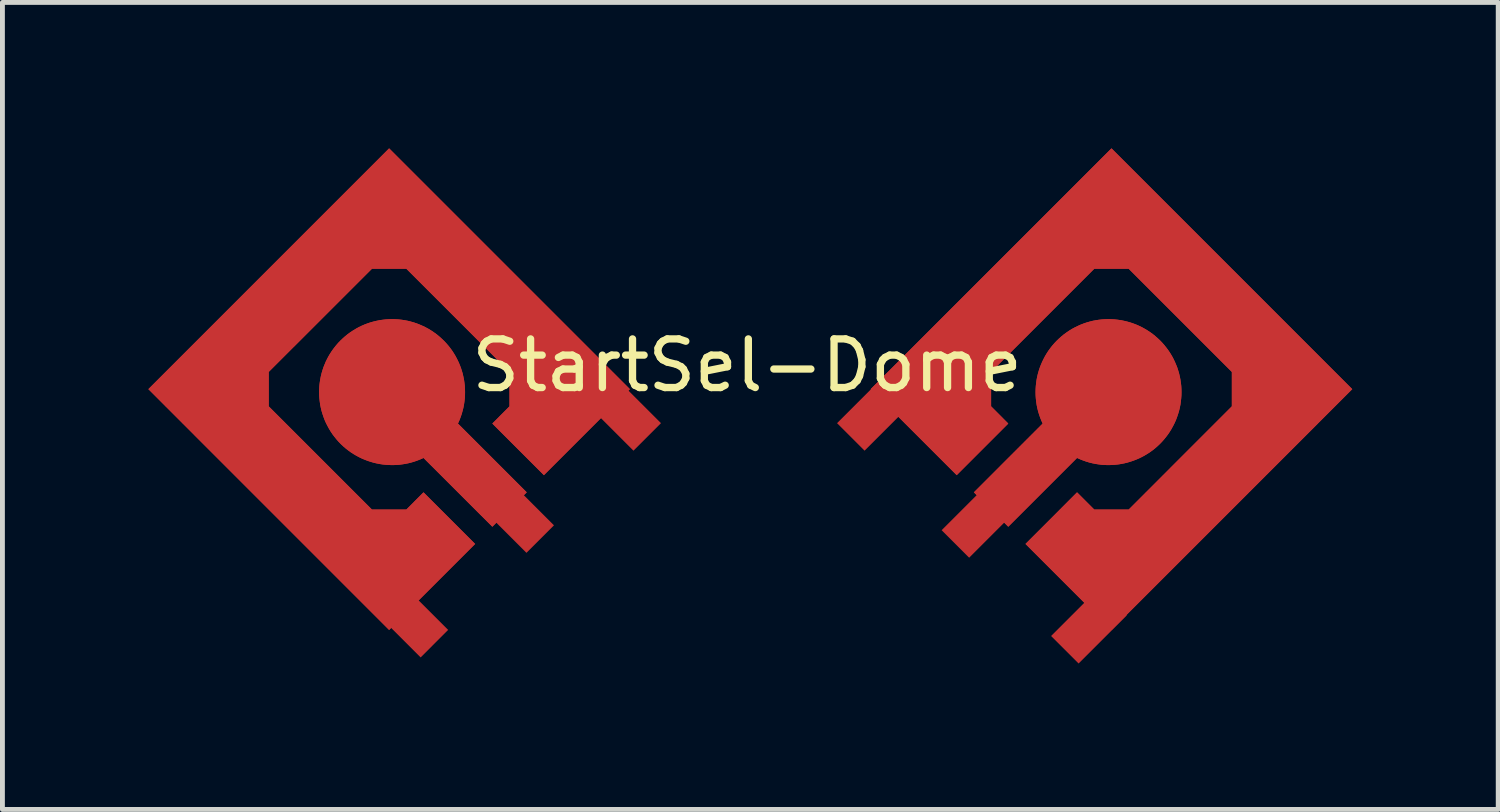
<source format=kicad_pcb>
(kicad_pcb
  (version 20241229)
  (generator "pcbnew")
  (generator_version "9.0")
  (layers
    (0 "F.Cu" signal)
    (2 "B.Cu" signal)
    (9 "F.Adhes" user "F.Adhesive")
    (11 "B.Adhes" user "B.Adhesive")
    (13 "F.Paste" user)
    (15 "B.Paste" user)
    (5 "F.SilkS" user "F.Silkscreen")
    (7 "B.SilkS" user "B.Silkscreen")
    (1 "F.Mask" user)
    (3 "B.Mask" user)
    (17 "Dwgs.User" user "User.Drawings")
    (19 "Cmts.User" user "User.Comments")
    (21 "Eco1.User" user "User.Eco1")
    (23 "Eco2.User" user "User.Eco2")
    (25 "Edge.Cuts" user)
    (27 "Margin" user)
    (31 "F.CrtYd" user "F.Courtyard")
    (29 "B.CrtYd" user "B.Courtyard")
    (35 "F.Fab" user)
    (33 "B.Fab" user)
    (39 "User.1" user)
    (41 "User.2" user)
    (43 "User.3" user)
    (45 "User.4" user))
  (footprint "StartSel-Dome"
    (layer "F.Cu")
    (at 12.31 4.962)
    (property "Reference" "StartSel-Dome" (at 0 -0.5 0) (unlocked yes) (layer "F.SilkS") (effects (font (size 1 1) (thickness 0.15))))
    (attr smd)
    (fp_poly (pts (xy -8.8 0.05) (xy -8.799 -0.014) (xy -8.795 -0.079)) (stroke (width -0.000001) (type solid)) (fill yes) (layer "F.Cu"))
    (fp_poly (pts (xy -8.795 -0.079) (xy -8.788 -0.143) (xy -8.778 -0.207)) (stroke (width -0.000001) (type solid)) (fill yes) (layer "F.Cu"))
    (fp_poly (pts (xy -8.778 -0.207) (xy -8.766 -0.27) (xy -8.751 -0.333)) (stroke (width -0.000001) (type solid)) (fill yes) (layer "F.Cu"))
    (fp_poly (pts (xy -8.751 -0.333) (xy -8.733 -0.395) (xy -8.713 -0.457)) (stroke (width -0.000001) (type solid)) (fill yes) (layer "F.Cu"))
    (fp_poly (pts (xy -7.921 1.414) (xy -7.921 1.414) (xy -7.921 1.414)) (stroke (width -0.000001) (type solid)) (fill yes) (layer "F.Cu"))
    (fp_poly (pts (xy -7.805 -1.364) (xy -7.744 -1.385) (xy -7.681 -1.402)) (stroke (width -0.000001) (type solid)) (fill yes) (layer "F.Cu"))
    (fp_poly (pts (xy -7.801 1.462) (xy -7.862 1.439) (xy -7.921 1.414)) (stroke (width -0.000001) (type solid)) (fill yes) (layer "F.Cu"))
    (fp_poly (pts (xy -7.681 -1.402) (xy -7.618 -1.417) (xy -7.555 -1.43)) (stroke (width -0.000001) (type solid)) (fill yes) (layer "F.Cu"))
    (fp_poly (pts (xy -7.678 1.5) (xy -7.74 1.482) (xy -7.801 1.462)) (stroke (width -0.000001) (type solid)) (fill yes) (layer "F.Cu"))
    (fp_poly (pts (xy -7.555 -1.43) (xy -7.491 -1.439) (xy -7.427 -1.446)) (stroke (width -0.000001) (type solid)) (fill yes) (layer "F.Cu"))
    (fp_poly (pts (xy -7.552 1.527) (xy -7.615 1.515) (xy -7.678 1.5)) (stroke (width -0.000001) (type solid)) (fill yes) (layer "F.Cu"))
    (fp_poly (pts (xy -7.427 -1.446) (xy -7.363 -1.45) (xy -7.298 -1.452)) (stroke (width -0.000001) (type solid)) (fill yes) (layer "F.Cu"))
    (fp_poly (pts (xy -7.424 1.543) (xy -7.488 1.537) (xy -7.552 1.527)) (stroke (width -0.000001) (type solid)) (fill yes) (layer "F.Cu"))
    (fp_poly (pts (xy -7.424 1.543) (xy -7.424 1.543) (xy -7.424 1.543)) (stroke (width -0.000001) (type solid)) (fill yes) (layer "F.Cu"))
    (fp_poly (pts (xy -5.935 -0.573) (xy -5.935 -0.573) (xy -5.935 -0.573)) (stroke (width -0.000001) (type solid)) (fill yes) (layer "F.Cu"))
    (fp_poly (pts (xy -5.909 -0.513) (xy -5.886 -0.453) (xy -5.935 -0.573)) (stroke (width -0.000001) (type solid)) (fill yes) (layer "F.Cu"))
    (fp_poly (pts (xy -5.866 -0.392) (xy -5.848 -0.33) (xy -5.886 -0.453)) (stroke (width -0.000001) (type solid)) (fill yes) (layer "F.Cu"))
    (fp_poly (pts (xy -5.834 -0.267) (xy -5.821 -0.204) (xy -5.848 -0.33)) (stroke (width -0.000001) (type solid)) (fill yes) (layer "F.Cu"))
    (fp_poly (pts (xy -5.812 -0.14) (xy -5.805 -0.076) (xy -5.821 -0.204)) (stroke (width -0.000001) (type solid)) (fill yes) (layer "F.Cu"))
    (fp_poly (pts (xy -5.805 -0.076) (xy -5.805 -0.076) (xy -5.805 -0.076)) (stroke (width -0.000001) (type solid)) (fill yes) (layer "F.Cu"))
    (fp_poly (pts (xy -5.801 -0.011) (xy -5.8 0.054) (xy -5.805 -0.076)) (stroke (width -0.000001) (type solid)) (fill yes) (layer "F.Cu"))
    (fp_poly (pts (xy 7.426 -1.452) (xy 7.426 -1.452) (xy 7.426 -1.452)) (stroke (width -0.000001) (type solid)) (fill yes) (layer "F.Cu"))
    (fp_poly (pts (xy 7.491 -1.45) (xy 7.555 -1.446) (xy 7.426 -1.452)) (stroke (width -0.000001) (type solid)) (fill yes) (layer "F.Cu"))
    (fp_poly (pts (xy 7.619 -1.439) (xy 7.683 -1.43) (xy 7.555 -1.446)) (stroke (width -0.000001) (type solid)) (fill yes) (layer "F.Cu"))
    (fp_poly (pts (xy 7.746 -1.417) (xy 7.809 -1.402) (xy 7.683 -1.43)) (stroke (width -0.000001) (type solid)) (fill yes) (layer "F.Cu"))
    (fp_poly (pts (xy 7.871 -1.385) (xy 7.933 -1.364) (xy 7.809 -1.402)) (stroke (width -0.000001) (type solid)) (fill yes) (layer "F.Cu"))
    (fp_poly (pts (xy 8.861 -0.395) (xy 8.879 -0.333) (xy 8.841 -0.457)) (stroke (width -0.000001) (type solid)) (fill yes) (layer "F.Cu"))
    (fp_poly (pts (xy 8.894 -0.27) (xy 8.906 -0.207) (xy 8.879 -0.333)) (stroke (width -0.000001) (type solid)) (fill yes) (layer "F.Cu"))
    (fp_poly (pts (xy 8.916 -0.143) (xy 8.923 -0.079) (xy 8.906 -0.207)) (stroke (width -0.000001) (type solid)) (fill yes) (layer "F.Cu"))
    (fp_poly (pts (xy 8.927 -0.014) (xy 8.928 0.05) (xy 8.923 -0.079)) (stroke (width -0.000001) (type solid)) (fill yes) (layer "F.Cu"))
    (fp_poly (pts (xy -8.795 -0.079) (xy -8.795 -0.079) (xy -8.795 -0.079) (xy -8.795 -0.079)) (stroke (width -0.000001) (type solid)) (fill yes) (layer "F.Cu"))
    (fp_poly (pts (xy -8.778 -0.207) (xy -8.778 -0.207) (xy -8.778 -0.207) (xy -8.778 -0.207)) (stroke (width -0.000001) (type solid)) (fill yes) (layer "F.Cu"))
    (fp_poly (pts (xy -8.751 -0.333) (xy -8.751 -0.333) (xy -8.751 -0.333) (xy -8.751 -0.333)) (stroke (width -0.000001) (type solid)) (fill yes) (layer "F.Cu"))
    (fp_poly (pts (xy -7.801 1.462) (xy -7.801 1.462) (xy -7.801 1.462) (xy -7.801 1.462)) (stroke (width -0.000001) (type solid)) (fill yes) (layer "F.Cu"))
    (fp_poly (pts (xy -7.681 -1.402) (xy -7.681 -1.402) (xy -7.681 -1.402) (xy -7.681 -1.402)) (stroke (width -0.000001) (type solid)) (fill yes) (layer "F.Cu"))
    (fp_poly (pts (xy -7.678 1.5) (xy -7.678 1.5) (xy -7.678 1.5) (xy -7.678 1.5)) (stroke (width -0.000001) (type solid)) (fill yes) (layer "F.Cu"))
    (fp_poly (pts (xy -7.555 -1.43) (xy -7.555 -1.43) (xy -7.555 -1.43) (xy -7.555 -1.43)) (stroke (width -0.000001) (type solid)) (fill yes) (layer "F.Cu"))
    (fp_poly (pts (xy -7.552 1.527) (xy -7.552 1.527) (xy -7.552 1.527) (xy -7.552 1.527)) (stroke (width -0.000001) (type solid)) (fill yes) (layer "F.Cu"))
    (fp_poly (pts (xy -7.427 -1.446) (xy -7.427 -1.446) (xy -7.427 -1.446) (xy -7.427 -1.446)) (stroke (width -0.000001) (type solid)) (fill yes) (layer "F.Cu"))
    (fp_poly (pts (xy -5.886 -0.453) (xy -5.886 -0.453) (xy -5.886 -0.453) (xy -5.886 -0.453)) (stroke (width -0.000001) (type solid)) (fill yes) (layer "F.Cu"))
    (fp_poly (pts (xy -5.848 -0.33) (xy -5.848 -0.33) (xy -5.848 -0.33) (xy -5.848 -0.33)) (stroke (width -0.000001) (type solid)) (fill yes) (layer "F.Cu"))
    (fp_poly (pts (xy -5.821 -0.204) (xy -5.821 -0.204) (xy -5.821 -0.204) (xy -5.821 -0.204)) (stroke (width -0.000001) (type solid)) (fill yes) (layer "F.Cu"))
    (fp_poly (pts (xy 7.555 -1.446) (xy 7.555 -1.446) (xy 7.555 -1.446) (xy 7.555 -1.446)) (stroke (width -0.000001) (type solid)) (fill yes) (layer "F.Cu"))
    (fp_poly (pts (xy 7.683 -1.43) (xy 7.683 -1.43) (xy 7.683 -1.43) (xy 7.683 -1.43)) (stroke (width -0.000001) (type solid)) (fill yes) (layer "F.Cu"))
    (fp_poly (pts (xy 7.809 -1.402) (xy 7.809 -1.402) (xy 7.809 -1.402) (xy 7.809 -1.402)) (stroke (width -0.000001) (type solid)) (fill yes) (layer "F.Cu"))
    (fp_poly (pts (xy 8.879 -0.333) (xy 8.879 -0.333) (xy 8.879 -0.333) (xy 8.879 -0.333)) (stroke (width -0.000001) (type solid)) (fill yes) (layer "F.Cu"))
    (fp_poly (pts (xy 8.906 -0.207) (xy 8.906 -0.207) (xy 8.906 -0.207) (xy 8.906 -0.207)) (stroke (width -0.000001) (type solid)) (fill yes) (layer "F.Cu"))
    (fp_poly (pts (xy 8.923 -0.079) (xy 8.923 -0.079) (xy 8.923 -0.079) (xy 8.923 -0.079)) (stroke (width -0.000001) (type solid)) (fill yes) (layer "F.Cu"))
    (fp_poly (pts (xy -2.411 -0.012) (xy -4.179 1.756) (xy -5.239 0.695) (xy -4.886 0.341) (xy -4.886 -0.366) (xy -7.007 -2.487) (xy -7.714 -2.487) (xy -9.836 -0.366) (xy -9.836 0.341) (xy -7.714 2.463) (xy -7.007 2.463) (xy -6.654 2.109) (xy -5.593 3.17) (xy -7.361 4.938) (xy -12.31 -0.012) (xy -7.361 -4.962)) (stroke (width -0.000001) (type solid)) (fill yes) (layer "F.Cu"))
    (fp_poly (pts (xy -2.411 -0.012) (xy -4.179 1.756) (xy -5.239 0.695) (xy -4.886 0.341) (xy -4.886 -0.366) (xy -7.007 -2.487) (xy -7.714 -2.487) (xy -9.836 -0.366) (xy -9.836 0.341) (xy -7.714 2.463) (xy -7.007 2.463) (xy -6.654 2.109) (xy -5.593 3.17) (xy -7.361 4.938) (xy -12.31 -0.012) (xy -7.361 -4.962)) (stroke (width -0.000001) (type solid)) (fill yes) (layer "F.Cu"))
    (fp_poly (pts (xy 12.438 -0.012) (xy 7.489 4.938) (xy 5.721 3.17) (xy 6.781 2.109) (xy 7.135 2.463) (xy 7.842 2.463) (xy 9.963 0.341) (xy 9.963 -0.366) (xy 7.842 -2.487) (xy 7.135 -2.487) (xy 5.014 -0.366) (xy 5.014 0.341) (xy 5.367 0.695) (xy 4.307 1.756) (xy 2.539 -0.012) (xy 7.489 -4.962)) (stroke (width -0.000001) (type solid)) (fill yes) (layer "F.Cu"))
    (fp_poly (pts (xy 12.438 -0.012) (xy 7.489 4.938) (xy 5.721 3.17) (xy 6.781 2.109) (xy 7.135 2.463) (xy 7.842 2.463) (xy 9.963 0.341) (xy 9.963 -0.366) (xy 7.842 -2.487) (xy 7.135 -2.487) (xy 5.014 -0.366) (xy 5.014 0.341) (xy 5.367 0.695) (xy 4.307 1.756) (xy 2.539 -0.012) (xy 7.489 -4.962)) (stroke (width -0.000001) (type solid)) (fill yes) (layer "F.Cu"))
    (fp_poly (pts (xy -8.452 -0.912) (xy -8.494 -0.859) (xy -8.533 -0.806) (xy -8.57 -0.75) (xy -8.604 -0.694) (xy -8.635 -0.636) (xy -8.664 -0.577) (xy -8.689 -0.517) (xy -8.713 -0.457) (xy -8.713 -0.457) (xy -8.713 -0.457) (xy -8.689 -0.517) (xy -8.664 -0.577) (xy -8.635 -0.636) (xy -8.604 -0.694) (xy -8.57 -0.75) (xy -8.533 -0.806) (xy -8.494 -0.859) (xy -8.452 -0.912) (xy -8.416 -0.953)) (stroke (width -0.000001) (type solid)) (fill yes) (layer "F.Cu"))
    (fp_poly (pts (xy -7.805 -1.364) (xy -7.866 -1.341) (xy -7.926 -1.315) (xy -7.984 -1.287) (xy -8.042 -1.255) (xy -8.099 -1.221) (xy -8.154 -1.185) (xy -8.208 -1.146) (xy -8.26 -1.104) (xy -8.311 -1.059) (xy -8.26 -1.104) (xy -8.208 -1.146) (xy -8.154 -1.185) (xy -8.099 -1.221) (xy -8.042 -1.255) (xy -7.984 -1.287) (xy -7.926 -1.315) (xy -7.866 -1.341) (xy -7.805 -1.364) (xy -7.805 -1.364)) (stroke (width -0.000001) (type solid)) (fill yes) (layer "F.Cu"))
    (fp_poly (pts (xy -5.8 0.054) (xy -5.801 0.119) (xy -5.806 0.184) (xy -5.813 0.249) (xy -5.823 0.314) (xy -5.836 0.378) (xy -5.853 0.443) (xy -5.871 0.506) (xy -5.893 0.57) (xy -5.918 0.633) (xy -5.946 0.695) (xy -5.946 0.695) (xy -5.918 0.633) (xy -5.893 0.57) (xy -5.871 0.506) (xy -5.853 0.443) (xy -5.836 0.378) (xy -5.823 0.314) (xy -5.806 0.184) (xy -5.8 0.054)) (stroke (width -0.000001) (type solid)) (fill yes) (layer "F.Cu"))
    (fp_poly (pts (xy -6.716 1.43) (xy -6.779 1.455) (xy -6.842 1.477) (xy -6.906 1.496) (xy -6.97 1.512) (xy -7.035 1.525) (xy -7.1 1.535) (xy -7.165 1.543) (xy -7.23 1.547) (xy -7.295 1.549) (xy -7.359 1.547) (xy -7.424 1.543) (xy -7.295 1.549) (xy -7.165 1.543) (xy -7.035 1.525) (xy -6.97 1.512) (xy -6.906 1.496) (xy -6.842 1.477) (xy -6.779 1.455) (xy -6.716 1.43) (xy -6.654 1.402) (xy -6.654 1.402)) (stroke (width -0.000001) (type solid)) (fill yes) (layer "F.Cu"))
    (fp_poly (pts (xy 7.933 -1.364) (xy 7.994 -1.341) (xy 8.054 -1.315) (xy 8.112 -1.287) (xy 8.17 -1.255) (xy 8.227 -1.221) (xy 8.282 -1.185) (xy 8.336 -1.146) (xy 8.388 -1.104) (xy 8.439 -1.059) (xy 8.489 -1.012) (xy 8.439 -1.059) (xy 8.388 -1.104) (xy 8.336 -1.146) (xy 8.282 -1.185) (xy 8.227 -1.221) (xy 8.17 -1.255) (xy 8.112 -1.287) (xy 8.054 -1.315) (xy 7.994 -1.341) (xy 7.933 -1.364) (xy 7.933 -1.364)) (stroke (width -0.000001) (type solid)) (fill yes) (layer "F.Cu"))
    (fp_poly (pts (xy 8.536 -0.963) (xy 8.58 -0.912) (xy 8.622 -0.859) (xy 8.661 -0.806) (xy 8.698 -0.75) (xy 8.732 -0.694) (xy 8.763 -0.636) (xy 8.791 -0.577) (xy 8.817 -0.517) (xy 8.841 -0.457) (xy 8.841 -0.457) (xy 8.841 -0.457) (xy 8.817 -0.517) (xy 8.791 -0.577) (xy 8.763 -0.636) (xy 8.732 -0.694) (xy 8.698 -0.75) (xy 8.661 -0.806) (xy 8.622 -0.859) (xy 8.58 -0.912) (xy 8.536 -0.963) (xy 8.499 -1.002)) (stroke (width -0.000001) (type solid)) (fill yes) (layer "F.Cu"))
    (fp_poly (pts (xy -8.794 0.179) (xy -8.778 0.307) (xy -8.765 0.371) (xy -8.75 0.434) (xy -8.731 0.497) (xy -8.71 0.559) (xy -8.687 0.621) (xy -8.66 0.682) (xy -8.63 0.741) (xy -8.598 0.8) (xy -8.563 0.858) (xy -8.525 0.915) (xy -8.484 0.969) (xy -8.441 1.022) (xy -8.397 1.072) (xy -8.35 1.12) (xy -8.302 1.165) (xy -8.252 1.208) (xy -8.147 1.287) (xy -8.037 1.355) (xy -7.921 1.414) (xy -7.979 1.386) (xy -8.037 1.355) (xy -8.093 1.322) (xy -8.147 1.287) (xy -8.2 1.249) (xy -8.252 1.208) (xy -8.302 1.165) (xy -8.35 1.12) (xy -8.397 1.072) (xy -8.441 1.022) (xy -8.484 0.969) (xy -8.525 0.915) (xy -8.563 0.858) (xy -8.598 0.8) (xy -8.63 0.741) (xy -8.66 0.682) (xy -8.687 0.621) (xy -8.71 0.559) (xy -8.731 0.497) (xy -8.75 0.434) (xy -8.765 0.371) (xy -8.778 0.307) (xy -8.787 0.243) (xy -8.794 0.179) (xy -8.799 0.115) (xy -8.8 0.05)) (stroke (width -0.000001) (type solid)) (fill yes) (layer "F.Cu"))
    (fp_poly (pts (xy -7.234 -1.45) (xy -7.169 -1.446) (xy -7.105 -1.439) (xy -7.041 -1.429) (xy -6.977 -1.417) (xy -6.914 -1.401) (xy -6.851 -1.383) (xy -6.789 -1.362) (xy -6.728 -1.338) (xy -6.667 -1.311) (xy -6.607 -1.282) (xy -6.548 -1.25) (xy -6.49 -1.214) (xy -6.434 -1.176) (xy -6.379 -1.136) (xy -6.327 -1.093) (xy -6.277 -1.048) (xy -6.229 -1.002) (xy -6.183 -0.953) (xy -6.14 -0.903) (xy -6.1 -0.852) (xy -6.062 -0.799) (xy -6.026 -0.744) (xy -5.993 -0.688) (xy -5.963 -0.631) (xy -5.935 -0.573) (xy -5.993 -0.688) (xy -6.062 -0.799) (xy -6.14 -0.903) (xy -6.183 -0.953) (xy -6.229 -1.002) (xy -6.277 -1.048) (xy -6.327 -1.093) (xy -6.379 -1.136) (xy -6.434 -1.176) (xy -6.49 -1.214) (xy -6.548 -1.25) (xy -6.607 -1.282) (xy -6.667 -1.311) (xy -6.728 -1.338) (xy -6.789 -1.362) (xy -6.851 -1.383) (xy -6.914 -1.401) (xy -6.977 -1.417) (xy -7.041 -1.429) (xy -7.169 -1.446) (xy -7.298 -1.452)) (stroke (width -0.000001) (type solid)) (fill yes) (layer "F.Cu"))
    (fp_poly (pts (xy 8.928 0.05) (xy 8.927 0.115) (xy 8.922 0.179) (xy 8.915 0.243) (xy 8.906 0.307) (xy 8.893 0.371) (xy 8.878 0.434) (xy 8.859 0.497) (xy 8.838 0.559) (xy 8.815 0.621) (xy 8.788 0.682) (xy 8.758 0.741) (xy 8.726 0.8) (xy 8.691 0.858) (xy 8.653 0.915) (xy 8.612 0.969) (xy 8.569 1.022) (xy 8.525 1.072) (xy 8.478 1.12) (xy 8.43 1.165) (xy 8.38 1.208) (xy 8.328 1.249) (xy 8.275 1.287) (xy 8.22 1.322) (xy 8.165 1.355) (xy 8.107 1.386) (xy 8.049 1.414) (xy 7.99 1.439) (xy 7.929 1.462) (xy 7.868 1.482) (xy 7.806 1.5) (xy 7.743 1.515) (xy 7.68 1.527) (xy 7.616 1.537) (xy 7.552 1.543) (xy 7.487 1.547) (xy 7.423 1.549) (xy 7.358 1.547) (xy 7.293 1.543) (xy 7.228 1.535) (xy 7.163 1.525) (xy 7.098 1.512) (xy 7.034 1.496) (xy 7.098 1.512) (xy 7.163 1.525) (xy 7.293 1.543) (xy 7.423 1.549) (xy 7.552 1.543) (xy 7.68 1.527) (xy 7.806 1.5) (xy 7.929 1.462) (xy 8.049 1.414) (xy 8.165 1.355) (xy 8.275 1.287) (xy 8.38 1.208) (xy 8.43 1.165) (xy 8.478 1.12) (xy 8.525 1.072) (xy 8.569 1.022) (xy 8.612 0.969) (xy 8.653 0.915) (xy 8.691 0.858) (xy 8.726 0.8) (xy 8.758 0.741) (xy 8.788 0.682) (xy 8.815 0.621) (xy 8.838 0.559) (xy 8.859 0.497) (xy 8.878 0.434) (xy 8.893 0.371) (xy 8.906 0.307) (xy 8.922 0.179) (xy 8.928 0.05)) (stroke (width -0.000001) (type solid)) (fill yes) (layer "F.Cu"))
    (fp_poly (pts (xy 7.426 -1.452) (xy 7.297 -1.446) (xy 7.169 -1.429) (xy 7.105 -1.417) (xy 7.042 -1.401) (xy 6.979 -1.383) (xy 6.917 -1.362) (xy 6.855 -1.338) (xy 6.795 -1.311) (xy 6.735 -1.282) (xy 6.676 -1.25) (xy 6.618 -1.214) (xy 6.562 -1.176) (xy 6.507 -1.136) (xy 6.455 -1.093) (xy 6.405 -1.048) (xy 6.357 -1.002) (xy 6.311 -0.953) (xy 6.268 -0.903) (xy 6.19 -0.799) (xy 6.121 -0.688) (xy 6.063 -0.573) (xy 6.014 -0.453) (xy 5.976 -0.33) (xy 5.949 -0.204) (xy 5.933 -0.076) (xy 5.928 0.054) (xy 5.934 0.184) (xy 5.951 0.314) (xy 5.964 0.378) (xy 5.98 0.443) (xy 5.999 0.506) (xy 6.021 0.57) (xy 6.046 0.633) (xy 6.074 0.695) (xy 6.074 0.695) (xy 6.046 0.633) (xy 6.021 0.57) (xy 5.999 0.506) (xy 5.98 0.443) (xy 5.964 0.378) (xy 5.951 0.314) (xy 5.941 0.249) (xy 5.934 0.184) (xy 5.929 0.119) (xy 5.928 0.054) (xy 5.929 -0.011) (xy 5.933 -0.076) (xy 5.94 -0.14) (xy 5.949 -0.204) (xy 5.961 -0.267) (xy 5.976 -0.33) (xy 5.994 -0.392) (xy 6.014 -0.453) (xy 6.037 -0.513) (xy 6.063 -0.573) (xy 6.091 -0.631) (xy 6.121 -0.688) (xy 6.154 -0.744) (xy 6.19 -0.799) (xy 6.228 -0.852) (xy 6.268 -0.903) (xy 6.311 -0.953) (xy 6.357 -1.002) (xy 6.405 -1.048) (xy 6.455 -1.093) (xy 6.507 -1.136) (xy 6.562 -1.176) (xy 6.618 -1.214) (xy 6.676 -1.25) (xy 6.735 -1.282) (xy 6.795 -1.311) (xy 6.855 -1.338) (xy 6.917 -1.362) (xy 6.979 -1.383) (xy 7.042 -1.401) (xy 7.105 -1.417) (xy 7.169 -1.429) (xy 7.233 -1.439) (xy 7.297 -1.446) (xy 7.362 -1.45) (xy 7.426 -1.452)) (stroke (width -0.000001) (type solid)) (fill yes) (layer "F.Cu"))
    (fp_poly (pts (xy -7.169 -1.446) (xy -7.041 -1.429) (xy -6.977 -1.417) (xy -6.914 -1.401) (xy -6.851 -1.383) (xy -6.789 -1.362) (xy -6.728 -1.338) (xy -6.667 -1.311) (xy -6.607 -1.282) (xy -6.548 -1.25) (xy -6.49 -1.214) (xy -6.434 -1.176) (xy -6.379 -1.136) (xy -6.327 -1.093) (xy -6.277 -1.048) (xy -6.229 -1.002) (xy -6.183 -0.953) (xy -6.14 -0.903) (xy -6.062 -0.799) (xy -5.993 -0.688) (xy -5.935 -0.573) (xy -5.886 -0.453) (xy -5.848 -0.33) (xy -5.821 -0.204) (xy -5.805 -0.076) (xy -5.8 0.054) (xy -5.806 0.184) (xy -5.823 0.314) (xy -5.836 0.378) (xy -5.853 0.443) (xy -5.871 0.506) (xy -5.893 0.57) (xy -5.918 0.633) (xy -5.946 0.695) (xy -4.532 2.109) (xy -5.239 2.816) (xy -6.654 1.402) (xy -6.716 1.43) (xy -6.779 1.455) (xy -6.842 1.477) (xy -6.906 1.496) (xy -6.97 1.512) (xy -7.035 1.525) (xy -7.1 1.535) (xy -7.165 1.543) (xy -7.23 1.547) (xy -7.295 1.549) (xy -7.359 1.547) (xy -7.424 1.543) (xy -7.488 1.537) (xy -7.552 1.527) (xy -7.615 1.515) (xy -7.678 1.5) (xy -7.74 1.482) (xy -7.801 1.462) (xy -7.862 1.439) (xy -7.921 1.414) (xy -7.979 1.386) (xy -8.037 1.355) (xy -8.093 1.322) (xy -8.147 1.287) (xy -8.2 1.249) (xy -8.252 1.208) (xy -8.302 1.165) (xy -8.35 1.12) (xy -8.397 1.072) (xy -8.441 1.022) (xy -8.484 0.969) (xy -8.525 0.915) (xy -8.563 0.858) (xy -8.598 0.8) (xy -8.63 0.741) (xy -8.66 0.682) (xy -8.687 0.621) (xy -8.71 0.559) (xy -8.731 0.497) (xy -8.75 0.434) (xy -8.765 0.371) (xy -8.778 0.307) (xy -8.787 0.243) (xy -8.794 0.179) (xy -8.799 0.115) (xy -8.8 0.05) (xy -8.799 -0.014) (xy -8.795 -0.079) (xy -8.788 -0.143) (xy -8.778 -0.207) (xy -8.766 -0.27) (xy -8.751 -0.333) (xy -8.733 -0.395) (xy -8.713 -0.457) (xy -8.689 -0.517) (xy -8.664 -0.577) (xy -8.635 -0.636) (xy -8.604 -0.694) (xy -8.57 -0.75) (xy -8.533 -0.806) (xy -8.494 -0.859) (xy -8.452 -0.912) (xy -8.408 -0.963) (xy -8.361 -1.012) (xy -8.311 -1.059) (xy -8.26 -1.104) (xy -8.208 -1.146) (xy -8.154 -1.185) (xy -8.099 -1.221) (xy -8.042 -1.255) (xy -7.984 -1.287) (xy -7.926 -1.315) (xy -7.866 -1.341) (xy -7.805 -1.364) (xy -7.681 -1.402) (xy -7.555 -1.43) (xy -7.427 -1.446) (xy -7.298 -1.452)) (stroke (width -0.000001) (type solid)) (fill yes) (layer "F.Cu"))
    (fp_poly (pts (xy 7.491 -1.45) (xy 7.555 -1.446) (xy 7.619 -1.439) (xy 7.683 -1.43) (xy 7.746 -1.417) (xy 7.809 -1.402) (xy 7.871 -1.385) (xy 7.933 -1.364) (xy 7.994 -1.341) (xy 8.054 -1.315) (xy 8.112 -1.287) (xy 8.17 -1.255) (xy 8.227 -1.221) (xy 8.282 -1.185) (xy 8.336 -1.146) (xy 8.388 -1.104) (xy 8.439 -1.059) (xy 8.489 -1.012) (xy 8.536 -0.963) (xy 8.58 -0.912) (xy 8.622 -0.859) (xy 8.661 -0.806) (xy 8.698 -0.75) (xy 8.732 -0.694) (xy 8.763 -0.636) (xy 8.791 -0.577) (xy 8.817 -0.517) (xy 8.841 -0.457) (xy 8.879 -0.333) (xy 8.906 -0.207) (xy 8.923 -0.079) (xy 8.928 0.05) (xy 8.922 0.179) (xy 8.906 0.307) (xy 8.893 0.371) (xy 8.878 0.434) (xy 8.859 0.497) (xy 8.838 0.559) (xy 8.815 0.621) (xy 8.788 0.682) (xy 8.758 0.741) (xy 8.726 0.8) (xy 8.691 0.858) (xy 8.653 0.915) (xy 8.612 0.969) (xy 8.569 1.022) (xy 8.525 1.072) (xy 8.478 1.12) (xy 8.43 1.165) (xy 8.38 1.208) (xy 8.275 1.287) (xy 8.165 1.355) (xy 8.049 1.414) (xy 7.929 1.462) (xy 7.806 1.5) (xy 7.68 1.527) (xy 7.552 1.543) (xy 7.423 1.549) (xy 7.293 1.543) (xy 7.163 1.525) (xy 7.098 1.512) (xy 7.034 1.496) (xy 6.97 1.477) (xy 6.907 1.455) (xy 6.844 1.43) (xy 6.781 1.402) (xy 5.367 2.816) (xy 4.66 2.109) (xy 6.074 0.695) (xy 6.046 0.633) (xy 6.021 0.57) (xy 5.999 0.506) (xy 5.98 0.443) (xy 5.964 0.378) (xy 5.951 0.314) (xy 5.941 0.249) (xy 5.934 0.184) (xy 5.929 0.119) (xy 5.928 0.054) (xy 5.929 -0.011) (xy 5.933 -0.076) (xy 5.94 -0.14) (xy 5.949 -0.204) (xy 5.961 -0.267) (xy 5.976 -0.33) (xy 5.994 -0.392) (xy 6.014 -0.453) (xy 6.037 -0.513) (xy 6.063 -0.573) (xy 6.091 -0.631) (xy 6.121 -0.688) (xy 6.154 -0.744) (xy 6.19 -0.799) (xy 6.228 -0.852) (xy 6.268 -0.903) (xy 6.311 -0.953) (xy 6.357 -1.002) (xy 6.405 -1.048) (xy 6.455 -1.093) (xy 6.507 -1.136) (xy 6.562 -1.176) (xy 6.618 -1.214) (xy 6.676 -1.25) (xy 6.735 -1.282) (xy 6.795 -1.311) (xy 6.855 -1.338) (xy 6.917 -1.362) (xy 6.979 -1.383) (xy 7.042 -1.401) (xy 7.105 -1.417) (xy 7.169 -1.429) (xy 7.233 -1.439) (xy 7.297 -1.446) (xy 7.362 -1.45) (xy 7.426 -1.452)) (stroke (width -0.000001) (type solid)) (fill yes) (layer "F.Cu"))
    (fp_poly (pts (xy 7.555 -1.446) (xy 7.683 -1.43) (xy 7.809 -1.402) (xy 7.933 -1.364) (xy 7.994 -1.341) (xy 8.054 -1.315) (xy 8.112 -1.287) (xy 8.17 -1.255) (xy 8.227 -1.221) (xy 8.282 -1.185) (xy 8.336 -1.146) (xy 8.388 -1.104) (xy 8.439 -1.059) (xy 8.489 -1.012) (xy 8.536 -0.963) (xy 8.58 -0.912) (xy 8.622 -0.859) (xy 8.661 -0.806) (xy 8.698 -0.75) (xy 8.732 -0.694) (xy 8.763 -0.636) (xy 8.791 -0.577) (xy 8.817 -0.517) (xy 8.841 -0.457) (xy 8.861 -0.395) (xy 8.879 -0.333) (xy 8.894 -0.27) (xy 8.906 -0.207) (xy 8.916 -0.143) (xy 8.923 -0.079) (xy 8.927 -0.014) (xy 8.928 0.05) (xy 8.927 0.115) (xy 8.922 0.179) (xy 8.915 0.243) (xy 8.906 0.307) (xy 8.893 0.371) (xy 8.878 0.434) (xy 8.859 0.497) (xy 8.838 0.559) (xy 8.815 0.621) (xy 8.788 0.682) (xy 8.758 0.741) (xy 8.726 0.8) (xy 8.691 0.858) (xy 8.653 0.915) (xy 8.612 0.969) (xy 8.569 1.022) (xy 8.525 1.072) (xy 8.478 1.12) (xy 8.43 1.165) (xy 8.38 1.208) (xy 8.328 1.249) (xy 8.275 1.287) (xy 8.22 1.322) (xy 8.165 1.355) (xy 8.107 1.386) (xy 8.049 1.414) (xy 7.99 1.439) (xy 7.929 1.462) (xy 7.868 1.482) (xy 7.806 1.5) (xy 7.743 1.515) (xy 7.68 1.527) (xy 7.616 1.537) (xy 7.552 1.543) (xy 7.487 1.547) (xy 7.423 1.549) (xy 7.358 1.547) (xy 7.293 1.543) (xy 7.228 1.535) (xy 7.163 1.525) (xy 7.098 1.512) (xy 7.034 1.496) (xy 6.97 1.477) (xy 6.907 1.455) (xy 6.844 1.43) (xy 6.781 1.402) (xy 5.367 2.816) (xy 4.66 2.109) (xy 6.074 0.695) (xy 6.046 0.633) (xy 6.021 0.57) (xy 5.999 0.506) (xy 5.98 0.443) (xy 5.964 0.378) (xy 5.951 0.314) (xy 5.934 0.184) (xy 5.928 0.054) (xy 5.933 -0.076) (xy 5.949 -0.204) (xy 5.976 -0.33) (xy 6.014 -0.453) (xy 6.063 -0.573) (xy 6.121 -0.688) (xy 6.19 -0.799) (xy 6.268 -0.903) (xy 6.311 -0.953) (xy 6.357 -1.002) (xy 6.405 -1.048) (xy 6.455 -1.093) (xy 6.507 -1.136) (xy 6.562 -1.176) (xy 6.618 -1.214) (xy 6.676 -1.25) (xy 6.735 -1.282) (xy 6.795 -1.311) (xy 6.855 -1.338) (xy 6.917 -1.362) (xy 6.979 -1.383) (xy 7.042 -1.401) (xy 7.105 -1.417) (xy 7.169 -1.429) (xy 7.297 -1.446) (xy 7.426 -1.452)) (stroke (width -0.000001) (type solid)) (fill yes) (layer "F.Cu"))
    (fp_poly (pts (xy -7.234 -1.45) (xy -7.169 -1.446) (xy -7.105 -1.439) (xy -7.041 -1.429) (xy -6.977 -1.417) (xy -6.914 -1.401) (xy -6.851 -1.383) (xy -6.789 -1.362) (xy -6.728 -1.338) (xy -6.667 -1.311) (xy -6.607 -1.282) (xy -6.548 -1.25) (xy -6.49 -1.214) (xy -6.434 -1.176) (xy -6.379 -1.136) (xy -6.327 -1.093) (xy -6.277 -1.048) (xy -6.229 -1.002) (xy -6.183 -0.953) (xy -6.14 -0.903) (xy -6.1 -0.852) (xy -6.062 -0.799) (xy -6.026 -0.744) (xy -5.993 -0.688) (xy -5.963 -0.631) (xy -5.935 -0.573) (xy -5.909 -0.513) (xy -5.886 -0.453) (xy -5.866 -0.392) (xy -5.848 -0.33) (xy -5.834 -0.267) (xy -5.821 -0.204) (xy -5.812 -0.14) (xy -5.805 -0.076) (xy -5.801 -0.011) (xy -5.8 0.054) (xy -5.801 0.119) (xy -5.806 0.184) (xy -5.813 0.249) (xy -5.823 0.314) (xy -5.836 0.378) (xy -5.853 0.443) (xy -5.871 0.506) (xy -5.893 0.57) (xy -5.918 0.633) (xy -5.946 0.695) (xy -4.532 2.109) (xy -5.239 2.816) (xy -6.654 1.402) (xy -6.716 1.43) (xy -6.779 1.455) (xy -6.842 1.477) (xy -6.906 1.496) (xy -6.97 1.512) (xy -7.035 1.525) (xy -7.165 1.543) (xy -7.295 1.549) (xy -7.424 1.543) (xy -7.552 1.527) (xy -7.678 1.5) (xy -7.801 1.462) (xy -7.921 1.414) (xy -8.037 1.355) (xy -8.147 1.287) (xy -8.252 1.208) (xy -8.302 1.165) (xy -8.35 1.12) (xy -8.397 1.072) (xy -8.441 1.022) (xy -8.484 0.969) (xy -8.525 0.915) (xy -8.563 0.858) (xy -8.598 0.8) (xy -8.63 0.741) (xy -8.653 0.695) (xy -5.946 0.695) (xy -5.946 0.695) (xy -5.946 0.695) (xy -8.653 0.695) (xy -8.66 0.682) (xy -8.687 0.621) (xy -8.71 0.559) (xy -8.731 0.497) (xy -8.75 0.434) (xy -8.765 0.371) (xy -8.778 0.307) (xy -8.794 0.179) (xy -8.8 0.05) (xy -8.795 -0.079) (xy -8.778 -0.207) (xy -8.751 -0.333) (xy -8.713 -0.457) (xy -8.689 -0.517) (xy -8.664 -0.577) (xy -8.635 -0.636) (xy -8.604 -0.694) (xy -8.57 -0.75) (xy -8.533 -0.806) (xy -8.494 -0.859) (xy -8.452 -0.912) (xy -8.408 -0.963) (xy -8.361 -1.012) (xy -8.311 -1.059) (xy -8.26 -1.104) (xy -8.208 -1.146) (xy -8.154 -1.185) (xy -8.099 -1.221) (xy -8.042 -1.255) (xy -7.984 -1.287) (xy -7.926 -1.315) (xy -7.866 -1.341) (xy -7.805 -1.364) (xy -7.744 -1.385) (xy -7.681 -1.402) (xy -7.618 -1.417) (xy -7.555 -1.43) (xy -7.491 -1.439) (xy -7.427 -1.446) (xy -7.363 -1.45) (xy -7.298 -1.452)) (stroke (width -0.000001) (type solid)) (fill yes) (layer "F.Cu"))
    (fp_poly (pts (xy -8.8 0.05) (xy -8.799 -0.014) (xy -8.795 -0.079)) (stroke (width -0.000001) (type solid)) (fill yes) (layer "F.Mask"))
    (fp_poly (pts (xy -8.795 -0.079) (xy -8.788 -0.143) (xy -8.778 -0.207)) (stroke (width -0.000001) (type solid)) (fill yes) (layer "F.Mask"))
    (fp_poly (pts (xy -8.778 -0.207) (xy -8.766 -0.27) (xy -8.751 -0.333)) (stroke (width -0.000001) (type solid)) (fill yes) (layer "F.Mask"))
    (fp_poly (pts (xy -8.751 -0.333) (xy -8.733 -0.395) (xy -8.713 -0.457)) (stroke (width -0.000001) (type solid)) (fill yes) (layer "F.Mask"))
    (fp_poly (pts (xy -7.921 1.414) (xy -7.921 1.414) (xy -7.921 1.414)) (stroke (width -0.000001) (type solid)) (fill yes) (layer "F.Mask"))
    (fp_poly (pts (xy -7.805 -1.364) (xy -7.744 -1.385) (xy -7.681 -1.402)) (stroke (width -0.000001) (type solid)) (fill yes) (layer "F.Mask"))
    (fp_poly (pts (xy -7.801 1.462) (xy -7.862 1.439) (xy -7.921 1.414)) (stroke (width -0.000001) (type solid)) (fill yes) (layer "F.Mask"))
    (fp_poly (pts (xy -7.681 -1.402) (xy -7.618 -1.417) (xy -7.555 -1.43)) (stroke (width -0.000001) (type solid)) (fill yes) (layer "F.Mask"))
    (fp_poly (pts (xy -7.678 1.5) (xy -7.74 1.482) (xy -7.801 1.462)) (stroke (width -0.000001) (type solid)) (fill yes) (layer "F.Mask"))
    (fp_poly (pts (xy -7.555 -1.43) (xy -7.491 -1.439) (xy -7.427 -1.446)) (stroke (width -0.000001) (type solid)) (fill yes) (layer "F.Mask"))
    (fp_poly (pts (xy -7.552 1.527) (xy -7.615 1.515) (xy -7.678 1.5)) (stroke (width -0.000001) (type solid)) (fill yes) (layer "F.Mask"))
    (fp_poly (pts (xy -7.427 -1.446) (xy -7.363 -1.45) (xy -7.298 -1.452)) (stroke (width -0.000001) (type solid)) (fill yes) (layer "F.Mask"))
    (fp_poly (pts (xy -7.424 1.543) (xy -7.488 1.537) (xy -7.552 1.527)) (stroke (width -0.000001) (type solid)) (fill yes) (layer "F.Mask"))
    (fp_poly (pts (xy -7.424 1.543) (xy -7.424 1.543) (xy -7.424 1.543)) (stroke (width -0.000001) (type solid)) (fill yes) (layer "F.Mask"))
    (fp_poly (pts (xy -5.935 -0.573) (xy -5.935 -0.573) (xy -5.935 -0.573)) (stroke (width -0.000001) (type solid)) (fill yes) (layer "F.Mask"))
    (fp_poly (pts (xy -5.909 -0.513) (xy -5.886 -0.453) (xy -5.935 -0.573)) (stroke (width -0.000001) (type solid)) (fill yes) (layer "F.Mask"))
    (fp_poly (pts (xy -5.866 -0.392) (xy -5.848 -0.33) (xy -5.886 -0.453)) (stroke (width -0.000001) (type solid)) (fill yes) (layer "F.Mask"))
    (fp_poly (pts (xy -5.834 -0.267) (xy -5.821 -0.204) (xy -5.848 -0.33)) (stroke (width -0.000001) (type solid)) (fill yes) (layer "F.Mask"))
    (fp_poly (pts (xy -5.812 -0.14) (xy -5.805 -0.076) (xy -5.821 -0.204)) (stroke (width -0.000001) (type solid)) (fill yes) (layer "F.Mask"))
    (fp_poly (pts (xy -5.805 -0.076) (xy -5.805 -0.076) (xy -5.805 -0.076)) (stroke (width -0.000001) (type solid)) (fill yes) (layer "F.Mask"))
    (fp_poly (pts (xy -5.801 -0.011) (xy -5.8 0.054) (xy -5.805 -0.076)) (stroke (width -0.000001) (type solid)) (fill yes) (layer "F.Mask"))
    (fp_poly (pts (xy 7.426 -1.452) (xy 7.426 -1.452) (xy 7.426 -1.452)) (stroke (width -0.000001) (type solid)) (fill yes) (layer "F.Mask"))
    (fp_poly (pts (xy 7.491 -1.45) (xy 7.555 -1.446) (xy 7.426 -1.452)) (stroke (width -0.000001) (type solid)) (fill yes) (layer "F.Mask"))
    (fp_poly (pts (xy 7.619 -1.439) (xy 7.683 -1.43) (xy 7.555 -1.446)) (stroke (width -0.000001) (type solid)) (fill yes) (layer "F.Mask"))
    (fp_poly (pts (xy 7.746 -1.417) (xy 7.809 -1.402) (xy 7.683 -1.43)) (stroke (width -0.000001) (type solid)) (fill yes) (layer "F.Mask"))
    (fp_poly (pts (xy 7.871 -1.385) (xy 7.933 -1.364) (xy 7.809 -1.402)) (stroke (width -0.000001) (type solid)) (fill yes) (layer "F.Mask"))
    (fp_poly (pts (xy 8.861 -0.395) (xy 8.879 -0.333) (xy 8.841 -0.457)) (stroke (width -0.000001) (type solid)) (fill yes) (layer "F.Mask"))
    (fp_poly (pts (xy 8.894 -0.27) (xy 8.906 -0.207) (xy 8.879 -0.333)) (stroke (width -0.000001) (type solid)) (fill yes) (layer "F.Mask"))
    (fp_poly (pts (xy 8.916 -0.143) (xy 8.923 -0.079) (xy 8.906 -0.207)) (stroke (width -0.000001) (type solid)) (fill yes) (layer "F.Mask"))
    (fp_poly (pts (xy 8.927 -0.014) (xy 8.928 0.05) (xy 8.923 -0.079)) (stroke (width -0.000001) (type solid)) (fill yes) (layer "F.Mask"))
    (fp_poly (pts (xy -8.795 -0.079) (xy -8.795 -0.079) (xy -8.795 -0.079) (xy -8.795 -0.079)) (stroke (width -0.000001) (type solid)) (fill yes) (layer "F.Mask"))
    (fp_poly (pts (xy -8.778 -0.207) (xy -8.778 -0.207) (xy -8.778 -0.207) (xy -8.778 -0.207)) (stroke (width -0.000001) (type solid)) (fill yes) (layer "F.Mask"))
    (fp_poly (pts (xy -8.751 -0.333) (xy -8.751 -0.333) (xy -8.751 -0.333) (xy -8.751 -0.333)) (stroke (width -0.000001) (type solid)) (fill yes) (layer "F.Mask"))
    (fp_poly (pts (xy -7.801 1.462) (xy -7.801 1.462) (xy -7.801 1.462) (xy -7.801 1.462)) (stroke (width -0.000001) (type solid)) (fill yes) (layer "F.Mask"))
    (fp_poly (pts (xy -7.681 -1.402) (xy -7.681 -1.402) (xy -7.681 -1.402) (xy -7.681 -1.402)) (stroke (width -0.000001) (type solid)) (fill yes) (layer "F.Mask"))
    (fp_poly (pts (xy -7.678 1.5) (xy -7.678 1.5) (xy -7.678 1.5) (xy -7.678 1.5)) (stroke (width -0.000001) (type solid)) (fill yes) (layer "F.Mask"))
    (fp_poly (pts (xy -7.555 -1.43) (xy -7.555 -1.43) (xy -7.555 -1.43) (xy -7.555 -1.43)) (stroke (width -0.000001) (type solid)) (fill yes) (layer "F.Mask"))
    (fp_poly (pts (xy -7.552 1.527) (xy -7.552 1.527) (xy -7.552 1.527) (xy -7.552 1.527)) (stroke (width -0.000001) (type solid)) (fill yes) (layer "F.Mask"))
    (fp_poly (pts (xy -7.427 -1.446) (xy -7.427 -1.446) (xy -7.427 -1.446) (xy -7.427 -1.446)) (stroke (width -0.000001) (type solid)) (fill yes) (layer "F.Mask"))
    (fp_poly (pts (xy -5.886 -0.453) (xy -5.886 -0.453) (xy -5.886 -0.453) (xy -5.886 -0.453)) (stroke (width -0.000001) (type solid)) (fill yes) (layer "F.Mask"))
    (fp_poly (pts (xy -5.848 -0.33) (xy -5.848 -0.33) (xy -5.848 -0.33) (xy -5.848 -0.33)) (stroke (width -0.000001) (type solid)) (fill yes) (layer "F.Mask"))
    (fp_poly (pts (xy -5.821 -0.204) (xy -5.821 -0.204) (xy -5.821 -0.204) (xy -5.821 -0.204)) (stroke (width -0.000001) (type solid)) (fill yes) (layer "F.Mask"))
    (fp_poly (pts (xy 7.555 -1.446) (xy 7.555 -1.446) (xy 7.555 -1.446) (xy 7.555 -1.446)) (stroke (width -0.000001) (type solid)) (fill yes) (layer "F.Mask"))
    (fp_poly (pts (xy 7.683 -1.43) (xy 7.683 -1.43) (xy 7.683 -1.43) (xy 7.683 -1.43)) (stroke (width -0.000001) (type solid)) (fill yes) (layer "F.Mask"))
    (fp_poly (pts (xy 7.809 -1.402) (xy 7.809 -1.402) (xy 7.809 -1.402) (xy 7.809 -1.402)) (stroke (width -0.000001) (type solid)) (fill yes) (layer "F.Mask"))
    (fp_poly (pts (xy 8.879 -0.333) (xy 8.879 -0.333) (xy 8.879 -0.333) (xy 8.879 -0.333)) (stroke (width -0.000001) (type solid)) (fill yes) (layer "F.Mask"))
    (fp_poly (pts (xy 8.906 -0.207) (xy 8.906 -0.207) (xy 8.906 -0.207) (xy 8.906 -0.207)) (stroke (width -0.000001) (type solid)) (fill yes) (layer "F.Mask"))
    (fp_poly (pts (xy 8.923 -0.079) (xy 8.923 -0.079) (xy 8.923 -0.079) (xy 8.923 -0.079)) (stroke (width -0.000001) (type solid)) (fill yes) (layer "F.Mask"))
    (fp_poly (pts (xy -2.411 -0.012) (xy -4.179 1.756) (xy -5.239 0.695) (xy -4.886 0.341) (xy -4.886 -0.366) (xy -7.007 -2.487) (xy -7.714 -2.487) (xy -9.836 -0.366) (xy -9.836 0.341) (xy -7.714 2.463) (xy -7.007 2.463) (xy -6.654 2.109) (xy -5.593 3.17) (xy -7.361 4.938) (xy -12.31 -0.012) (xy -7.361 -4.962)) (stroke (width -0.000001) (type solid)) (fill yes) (layer "F.Mask"))
    (fp_poly (pts (xy -2.411 -0.012) (xy -4.179 1.756) (xy -5.239 0.695) (xy -4.886 0.341) (xy -4.886 -0.366) (xy -7.007 -2.487) (xy -7.714 -2.487) (xy -9.836 -0.366) (xy -9.836 0.341) (xy -7.714 2.463) (xy -7.007 2.463) (xy -6.654 2.109) (xy -5.593 3.17) (xy -7.361 4.938) (xy -12.31 -0.012) (xy -7.361 -4.962)) (stroke (width -0.000001) (type solid)) (fill yes) (layer "F.Mask"))
    (fp_poly (pts (xy 12.438 -0.012) (xy 7.489 4.938) (xy 5.721 3.17) (xy 6.781 2.109) (xy 7.135 2.463) (xy 7.842 2.463) (xy 9.963 0.341) (xy 9.963 -0.366) (xy 7.842 -2.487) (xy 7.135 -2.487) (xy 5.014 -0.366) (xy 5.014 0.341) (xy 5.367 0.695) (xy 4.307 1.756) (xy 2.539 -0.012) (xy 7.489 -4.962)) (stroke (width -0.000001) (type solid)) (fill yes) (layer "F.Mask"))
    (fp_poly (pts (xy 12.438 -0.012) (xy 7.489 4.938) (xy 5.721 3.17) (xy 6.781 2.109) (xy 7.135 2.463) (xy 7.842 2.463) (xy 9.963 0.341) (xy 9.963 -0.366) (xy 7.842 -2.487) (xy 7.135 -2.487) (xy 5.014 -0.366) (xy 5.014 0.341) (xy 5.367 0.695) (xy 4.307 1.756) (xy 2.539 -0.012) (xy 7.489 -4.962)) (stroke (width -0.000001) (type solid)) (fill yes) (layer "F.Mask"))
    (fp_poly (pts (xy -8.452 -0.912) (xy -8.494 -0.859) (xy -8.533 -0.806) (xy -8.57 -0.75) (xy -8.604 -0.694) (xy -8.635 -0.636) (xy -8.664 -0.577) (xy -8.689 -0.517) (xy -8.713 -0.457) (xy -8.713 -0.457) (xy -8.713 -0.457) (xy -8.689 -0.517) (xy -8.664 -0.577) (xy -8.635 -0.636) (xy -8.604 -0.694) (xy -8.57 -0.75) (xy -8.533 -0.806) (xy -8.494 -0.859) (xy -8.452 -0.912) (xy -8.416 -0.953)) (stroke (width -0.000001) (type solid)) (fill yes) (layer "F.Mask"))
    (fp_poly (pts (xy -7.805 -1.364) (xy -7.866 -1.341) (xy -7.926 -1.315) (xy -7.984 -1.287) (xy -8.042 -1.255) (xy -8.099 -1.221) (xy -8.154 -1.185) (xy -8.208 -1.146) (xy -8.26 -1.104) (xy -8.311 -1.059) (xy -8.26 -1.104) (xy -8.208 -1.146) (xy -8.154 -1.185) (xy -8.099 -1.221) (xy -8.042 -1.255) (xy -7.984 -1.287) (xy -7.926 -1.315) (xy -7.866 -1.341) (xy -7.805 -1.364) (xy -7.805 -1.364)) (stroke (width -0.000001) (type solid)) (fill yes) (layer "F.Mask"))
    (fp_poly (pts (xy -5.8 0.054) (xy -5.801 0.119) (xy -5.806 0.184) (xy -5.813 0.249) (xy -5.823 0.314) (xy -5.836 0.378) (xy -5.853 0.443) (xy -5.871 0.506) (xy -5.893 0.57) (xy -5.918 0.633) (xy -5.946 0.695) (xy -5.946 0.695) (xy -5.918 0.633) (xy -5.893 0.57) (xy -5.871 0.506) (xy -5.853 0.443) (xy -5.836 0.378) (xy -5.823 0.314) (xy -5.806 0.184) (xy -5.8 0.054)) (stroke (width -0.000001) (type solid)) (fill yes) (layer "F.Mask"))
    (fp_poly (pts (xy -6.716 1.43) (xy -6.779 1.455) (xy -6.842 1.477) (xy -6.906 1.496) (xy -6.97 1.512) (xy -7.035 1.525) (xy -7.1 1.535) (xy -7.165 1.543) (xy -7.23 1.547) (xy -7.295 1.549) (xy -7.359 1.547) (xy -7.424 1.543) (xy -7.295 1.549) (xy -7.165 1.543) (xy -7.035 1.525) (xy -6.97 1.512) (xy -6.906 1.496) (xy -6.842 1.477) (xy -6.779 1.455) (xy -6.716 1.43) (xy -6.654 1.402) (xy -6.654 1.402)) (stroke (width -0.000001) (type solid)) (fill yes) (layer "F.Mask"))
    (fp_poly (pts (xy 7.933 -1.364) (xy 7.994 -1.341) (xy 8.054 -1.315) (xy 8.112 -1.287) (xy 8.17 -1.255) (xy 8.227 -1.221) (xy 8.282 -1.185) (xy 8.336 -1.146) (xy 8.388 -1.104) (xy 8.439 -1.059) (xy 8.489 -1.012) (xy 8.439 -1.059) (xy 8.388 -1.104) (xy 8.336 -1.146) (xy 8.282 -1.185) (xy 8.227 -1.221) (xy 8.17 -1.255) (xy 8.112 -1.287) (xy 8.054 -1.315) (xy 7.994 -1.341) (xy 7.933 -1.364) (xy 7.933 -1.364)) (stroke (width -0.000001) (type solid)) (fill yes) (layer "F.Mask"))
    (fp_poly (pts (xy 8.536 -0.963) (xy 8.58 -0.912) (xy 8.622 -0.859) (xy 8.661 -0.806) (xy 8.698 -0.75) (xy 8.732 -0.694) (xy 8.763 -0.636) (xy 8.791 -0.577) (xy 8.817 -0.517) (xy 8.841 -0.457) (xy 8.841 -0.457) (xy 8.841 -0.457) (xy 8.817 -0.517) (xy 8.791 -0.577) (xy 8.763 -0.636) (xy 8.732 -0.694) (xy 8.698 -0.75) (xy 8.661 -0.806) (xy 8.622 -0.859) (xy 8.58 -0.912) (xy 8.536 -0.963) (xy 8.499 -1.002)) (stroke (width -0.000001) (type solid)) (fill yes) (layer "F.Mask"))
    (fp_poly (pts (xy -8.794 0.179) (xy -8.778 0.307) (xy -8.765 0.371) (xy -8.75 0.434) (xy -8.731 0.497) (xy -8.71 0.559) (xy -8.687 0.621) (xy -8.66 0.682) (xy -8.63 0.741) (xy -8.598 0.8) (xy -8.563 0.858) (xy -8.525 0.915) (xy -8.484 0.969) (xy -8.441 1.022) (xy -8.397 1.072) (xy -8.35 1.12) (xy -8.302 1.165) (xy -8.252 1.208) (xy -8.147 1.287) (xy -8.037 1.355) (xy -7.921 1.414) (xy -7.979 1.386) (xy -8.037 1.355) (xy -8.093 1.322) (xy -8.147 1.287) (xy -8.2 1.249) (xy -8.252 1.208) (xy -8.302 1.165) (xy -8.35 1.12) (xy -8.397 1.072) (xy -8.441 1.022) (xy -8.484 0.969) (xy -8.525 0.915) (xy -8.563 0.858) (xy -8.598 0.8) (xy -8.63 0.741) (xy -8.66 0.682) (xy -8.687 0.621) (xy -8.71 0.559) (xy -8.731 0.497) (xy -8.75 0.434) (xy -8.765 0.371) (xy -8.778 0.307) (xy -8.787 0.243) (xy -8.794 0.179) (xy -8.799 0.115) (xy -8.8 0.05)) (stroke (width -0.000001) (type solid)) (fill yes) (layer "F.Mask"))
    (fp_poly (pts (xy -7.234 -1.45) (xy -7.169 -1.446) (xy -7.105 -1.439) (xy -7.041 -1.429) (xy -6.977 -1.417) (xy -6.914 -1.401) (xy -6.851 -1.383) (xy -6.789 -1.362) (xy -6.728 -1.338) (xy -6.667 -1.311) (xy -6.607 -1.282) (xy -6.548 -1.25) (xy -6.49 -1.214) (xy -6.434 -1.176) (xy -6.379 -1.136) (xy -6.327 -1.093) (xy -6.277 -1.048) (xy -6.229 -1.002) (xy -6.183 -0.953) (xy -6.14 -0.903) (xy -6.1 -0.852) (xy -6.062 -0.799) (xy -6.026 -0.744) (xy -5.993 -0.688) (xy -5.963 -0.631) (xy -5.935 -0.573) (xy -5.993 -0.688) (xy -6.062 -0.799) (xy -6.14 -0.903) (xy -6.183 -0.953) (xy -6.229 -1.002) (xy -6.277 -1.048) (xy -6.327 -1.093) (xy -6.379 -1.136) (xy -6.434 -1.176) (xy -6.49 -1.214) (xy -6.548 -1.25) (xy -6.607 -1.282) (xy -6.667 -1.311) (xy -6.728 -1.338) (xy -6.789 -1.362) (xy -6.851 -1.383) (xy -6.914 -1.401) (xy -6.977 -1.417) (xy -7.041 -1.429) (xy -7.169 -1.446) (xy -7.298 -1.452)) (stroke (width -0.000001) (type solid)) (fill yes) (layer "F.Mask"))
    (fp_poly (pts (xy 8.928 0.05) (xy 8.927 0.115) (xy 8.922 0.179) (xy 8.915 0.243) (xy 8.906 0.307) (xy 8.893 0.371) (xy 8.878 0.434) (xy 8.859 0.497) (xy 8.838 0.559) (xy 8.815 0.621) (xy 8.788 0.682) (xy 8.758 0.741) (xy 8.726 0.8) (xy 8.691 0.858) (xy 8.653 0.915) (xy 8.612 0.969) (xy 8.569 1.022) (xy 8.525 1.072) (xy 8.478 1.12) (xy 8.43 1.165) (xy 8.38 1.208) (xy 8.328 1.249) (xy 8.275 1.287) (xy 8.22 1.322) (xy 8.165 1.355) (xy 8.107 1.386) (xy 8.049 1.414) (xy 7.99 1.439) (xy 7.929 1.462) (xy 7.868 1.482) (xy 7.806 1.5) (xy 7.743 1.515) (xy 7.68 1.527) (xy 7.616 1.537) (xy 7.552 1.543) (xy 7.487 1.547) (xy 7.423 1.549) (xy 7.358 1.547) (xy 7.293 1.543) (xy 7.228 1.535) (xy 7.163 1.525) (xy 7.098 1.512) (xy 7.034 1.496) (xy 7.098 1.512) (xy 7.163 1.525) (xy 7.293 1.543) (xy 7.423 1.549) (xy 7.552 1.543) (xy 7.68 1.527) (xy 7.806 1.5) (xy 7.929 1.462) (xy 8.049 1.414) (xy 8.165 1.355) (xy 8.275 1.287) (xy 8.38 1.208) (xy 8.43 1.165) (xy 8.478 1.12) (xy 8.525 1.072) (xy 8.569 1.022) (xy 8.612 0.969) (xy 8.653 0.915) (xy 8.691 0.858) (xy 8.726 0.8) (xy 8.758 0.741) (xy 8.788 0.682) (xy 8.815 0.621) (xy 8.838 0.559) (xy 8.859 0.497) (xy 8.878 0.434) (xy 8.893 0.371) (xy 8.906 0.307) (xy 8.922 0.179) (xy 8.928 0.05)) (stroke (width -0.000001) (type solid)) (fill yes) (layer "F.Mask"))
    (fp_poly (pts (xy 7.426 -1.452) (xy 7.297 -1.446) (xy 7.169 -1.429) (xy 7.105 -1.417) (xy 7.042 -1.401) (xy 6.979 -1.383) (xy 6.917 -1.362) (xy 6.855 -1.338) (xy 6.795 -1.311) (xy 6.735 -1.282) (xy 6.676 -1.25) (xy 6.618 -1.214) (xy 6.562 -1.176) (xy 6.507 -1.136) (xy 6.455 -1.093) (xy 6.405 -1.048) (xy 6.357 -1.002) (xy 6.311 -0.953) (xy 6.268 -0.903) (xy 6.19 -0.799) (xy 6.121 -0.688) (xy 6.063 -0.573) (xy 6.014 -0.453) (xy 5.976 -0.33) (xy 5.949 -0.204) (xy 5.933 -0.076) (xy 5.928 0.054) (xy 5.934 0.184) (xy 5.951 0.314) (xy 5.964 0.378) (xy 5.98 0.443) (xy 5.999 0.506) (xy 6.021 0.57) (xy 6.046 0.633) (xy 6.074 0.695) (xy 6.074 0.695) (xy 6.046 0.633) (xy 6.021 0.57) (xy 5.999 0.506) (xy 5.98 0.443) (xy 5.964 0.378) (xy 5.951 0.314) (xy 5.941 0.249) (xy 5.934 0.184) (xy 5.929 0.119) (xy 5.928 0.054) (xy 5.929 -0.011) (xy 5.933 -0.076) (xy 5.94 -0.14) (xy 5.949 -0.204) (xy 5.961 -0.267) (xy 5.976 -0.33) (xy 5.994 -0.392) (xy 6.014 -0.453) (xy 6.037 -0.513) (xy 6.063 -0.573) (xy 6.091 -0.631) (xy 6.121 -0.688) (xy 6.154 -0.744) (xy 6.19 -0.799) (xy 6.228 -0.852) (xy 6.268 -0.903) (xy 6.311 -0.953) (xy 6.357 -1.002) (xy 6.405 -1.048) (xy 6.455 -1.093) (xy 6.507 -1.136) (xy 6.562 -1.176) (xy 6.618 -1.214) (xy 6.676 -1.25) (xy 6.735 -1.282) (xy 6.795 -1.311) (xy 6.855 -1.338) (xy 6.917 -1.362) (xy 6.979 -1.383) (xy 7.042 -1.401) (xy 7.105 -1.417) (xy 7.169 -1.429) (xy 7.233 -1.439) (xy 7.297 -1.446) (xy 7.362 -1.45) (xy 7.426 -1.452)) (stroke (width -0.000001) (type solid)) (fill yes) (layer "F.Mask"))
    (fp_poly (pts (xy -7.169 -1.446) (xy -7.041 -1.429) (xy -6.977 -1.417) (xy -6.914 -1.401) (xy -6.851 -1.383) (xy -6.789 -1.362) (xy -6.728 -1.338) (xy -6.667 -1.311) (xy -6.607 -1.282) (xy -6.548 -1.25) (xy -6.49 -1.214) (xy -6.434 -1.176) (xy -6.379 -1.136) (xy -6.327 -1.093) (xy -6.277 -1.048) (xy -6.229 -1.002) (xy -6.183 -0.953) (xy -6.14 -0.903) (xy -6.062 -0.799) (xy -5.993 -0.688) (xy -5.935 -0.573) (xy -5.886 -0.453) (xy -5.848 -0.33) (xy -5.821 -0.204) (xy -5.805 -0.076) (xy -5.8 0.054) (xy -5.806 0.184) (xy -5.823 0.314) (xy -5.836 0.378) (xy -5.853 0.443) (xy -5.871 0.506) (xy -5.893 0.57) (xy -5.918 0.633) (xy -5.946 0.695) (xy -4.532 2.109) (xy -5.239 2.816) (xy -6.654 1.402) (xy -6.716 1.43) (xy -6.779 1.455) (xy -6.842 1.477) (xy -6.906 1.496) (xy -6.97 1.512) (xy -7.035 1.525) (xy -7.1 1.535) (xy -7.165 1.543) (xy -7.23 1.547) (xy -7.295 1.549) (xy -7.359 1.547) (xy -7.424 1.543) (xy -7.488 1.537) (xy -7.552 1.527) (xy -7.615 1.515) (xy -7.678 1.5) (xy -7.74 1.482) (xy -7.801 1.462) (xy -7.862 1.439) (xy -7.921 1.414) (xy -7.979 1.386) (xy -8.037 1.355) (xy -8.093 1.322) (xy -8.147 1.287) (xy -8.2 1.249) (xy -8.252 1.208) (xy -8.302 1.165) (xy -8.35 1.12) (xy -8.397 1.072) (xy -8.441 1.022) (xy -8.484 0.969) (xy -8.525 0.915) (xy -8.563 0.858) (xy -8.598 0.8) (xy -8.63 0.741) (xy -8.66 0.682) (xy -8.687 0.621) (xy -8.71 0.559) (xy -8.731 0.497) (xy -8.75 0.434) (xy -8.765 0.371) (xy -8.778 0.307) (xy -8.787 0.243) (xy -8.794 0.179) (xy -8.799 0.115) (xy -8.8 0.05) (xy -8.799 -0.014) (xy -8.795 -0.079) (xy -8.788 -0.143) (xy -8.778 -0.207) (xy -8.766 -0.27) (xy -8.751 -0.333) (xy -8.733 -0.395) (xy -8.713 -0.457) (xy -8.689 -0.517) (xy -8.664 -0.577) (xy -8.635 -0.636) (xy -8.604 -0.694) (xy -8.57 -0.75) (xy -8.533 -0.806) (xy -8.494 -0.859) (xy -8.452 -0.912) (xy -8.408 -0.963) (xy -8.361 -1.012) (xy -8.311 -1.059) (xy -8.26 -1.104) (xy -8.208 -1.146) (xy -8.154 -1.185) (xy -8.099 -1.221) (xy -8.042 -1.255) (xy -7.984 -1.287) (xy -7.926 -1.315) (xy -7.866 -1.341) (xy -7.805 -1.364) (xy -7.681 -1.402) (xy -7.555 -1.43) (xy -7.427 -1.446) (xy -7.298 -1.452)) (stroke (width -0.000001) (type solid)) (fill yes) (layer "F.Mask"))
    (fp_poly (pts (xy 7.491 -1.45) (xy 7.555 -1.446) (xy 7.619 -1.439) (xy 7.683 -1.43) (xy 7.746 -1.417) (xy 7.809 -1.402) (xy 7.871 -1.385) (xy 7.933 -1.364) (xy 7.994 -1.341) (xy 8.054 -1.315) (xy 8.112 -1.287) (xy 8.17 -1.255) (xy 8.227 -1.221) (xy 8.282 -1.185) (xy 8.336 -1.146) (xy 8.388 -1.104) (xy 8.439 -1.059) (xy 8.489 -1.012) (xy 8.536 -0.963) (xy 8.58 -0.912) (xy 8.622 -0.859) (xy 8.661 -0.806) (xy 8.698 -0.75) (xy 8.732 -0.694) (xy 8.763 -0.636) (xy 8.791 -0.577) (xy 8.817 -0.517) (xy 8.841 -0.457) (xy 8.879 -0.333) (xy 8.906 -0.207) (xy 8.923 -0.079) (xy 8.928 0.05) (xy 8.922 0.179) (xy 8.906 0.307) (xy 8.893 0.371) (xy 8.878 0.434) (xy 8.859 0.497) (xy 8.838 0.559) (xy 8.815 0.621) (xy 8.788 0.682) (xy 8.758 0.741) (xy 8.726 0.8) (xy 8.691 0.858) (xy 8.653 0.915) (xy 8.612 0.969) (xy 8.569 1.022) (xy 8.525 1.072) (xy 8.478 1.12) (xy 8.43 1.165) (xy 8.38 1.208) (xy 8.275 1.287) (xy 8.165 1.355) (xy 8.049 1.414) (xy 7.929 1.462) (xy 7.806 1.5) (xy 7.68 1.527) (xy 7.552 1.543) (xy 7.423 1.549) (xy 7.293 1.543) (xy 7.163 1.525) (xy 7.098 1.512) (xy 7.034 1.496) (xy 6.97 1.477) (xy 6.907 1.455) (xy 6.844 1.43) (xy 6.781 1.402) (xy 5.367 2.816) (xy 4.66 2.109) (xy 6.074 0.695) (xy 6.046 0.633) (xy 6.021 0.57) (xy 5.999 0.506) (xy 5.98 0.443) (xy 5.964 0.378) (xy 5.951 0.314) (xy 5.941 0.249) (xy 5.934 0.184) (xy 5.929 0.119) (xy 5.928 0.054) (xy 5.929 -0.011) (xy 5.933 -0.076) (xy 5.94 -0.14) (xy 5.949 -0.204) (xy 5.961 -0.267) (xy 5.976 -0.33) (xy 5.994 -0.392) (xy 6.014 -0.453) (xy 6.037 -0.513) (xy 6.063 -0.573) (xy 6.091 -0.631) (xy 6.121 -0.688) (xy 6.154 -0.744) (xy 6.19 -0.799) (xy 6.228 -0.852) (xy 6.268 -0.903) (xy 6.311 -0.953) (xy 6.357 -1.002) (xy 6.405 -1.048) (xy 6.455 -1.093) (xy 6.507 -1.136) (xy 6.562 -1.176) (xy 6.618 -1.214) (xy 6.676 -1.25) (xy 6.735 -1.282) (xy 6.795 -1.311) (xy 6.855 -1.338) (xy 6.917 -1.362) (xy 6.979 -1.383) (xy 7.042 -1.401) (xy 7.105 -1.417) (xy 7.169 -1.429) (xy 7.233 -1.439) (xy 7.297 -1.446) (xy 7.362 -1.45) (xy 7.426 -1.452)) (stroke (width -0.000001) (type solid)) (fill yes) (layer "F.Mask"))
    (fp_poly (pts (xy 7.555 -1.446) (xy 7.683 -1.43) (xy 7.809 -1.402) (xy 7.933 -1.364) (xy 7.994 -1.341) (xy 8.054 -1.315) (xy 8.112 -1.287) (xy 8.17 -1.255) (xy 8.227 -1.221) (xy 8.282 -1.185) (xy 8.336 -1.146) (xy 8.388 -1.104) (xy 8.439 -1.059) (xy 8.489 -1.012) (xy 8.536 -0.963) (xy 8.58 -0.912) (xy 8.622 -0.859) (xy 8.661 -0.806) (xy 8.698 -0.75) (xy 8.732 -0.694) (xy 8.763 -0.636) (xy 8.791 -0.577) (xy 8.817 -0.517) (xy 8.841 -0.457) (xy 8.861 -0.395) (xy 8.879 -0.333) (xy 8.894 -0.27) (xy 8.906 -0.207) (xy 8.916 -0.143) (xy 8.923 -0.079) (xy 8.927 -0.014) (xy 8.928 0.05) (xy 8.927 0.115) (xy 8.922 0.179) (xy 8.915 0.243) (xy 8.906 0.307) (xy 8.893 0.371) (xy 8.878 0.434) (xy 8.859 0.497) (xy 8.838 0.559) (xy 8.815 0.621) (xy 8.788 0.682) (xy 8.758 0.741) (xy 8.726 0.8) (xy 8.691 0.858) (xy 8.653 0.915) (xy 8.612 0.969) (xy 8.569 1.022) (xy 8.525 1.072) (xy 8.478 1.12) (xy 8.43 1.165) (xy 8.38 1.208) (xy 8.328 1.249) (xy 8.275 1.287) (xy 8.22 1.322) (xy 8.165 1.355) (xy 8.107 1.386) (xy 8.049 1.414) (xy 7.99 1.439) (xy 7.929 1.462) (xy 7.868 1.482) (xy 7.806 1.5) (xy 7.743 1.515) (xy 7.68 1.527) (xy 7.616 1.537) (xy 7.552 1.543) (xy 7.487 1.547) (xy 7.423 1.549) (xy 7.358 1.547) (xy 7.293 1.543) (xy 7.228 1.535) (xy 7.163 1.525) (xy 7.098 1.512) (xy 7.034 1.496) (xy 6.97 1.477) (xy 6.907 1.455) (xy 6.844 1.43) (xy 6.781 1.402) (xy 5.367 2.816) (xy 4.66 2.109) (xy 6.074 0.695) (xy 6.046 0.633) (xy 6.021 0.57) (xy 5.999 0.506) (xy 5.98 0.443) (xy 5.964 0.378) (xy 5.951 0.314) (xy 5.934 0.184) (xy 5.928 0.054) (xy 5.933 -0.076) (xy 5.949 -0.204) (xy 5.976 -0.33) (xy 6.014 -0.453) (xy 6.063 -0.573) (xy 6.121 -0.688) (xy 6.19 -0.799) (xy 6.268 -0.903) (xy 6.311 -0.953) (xy 6.357 -1.002) (xy 6.405 -1.048) (xy 6.455 -1.093) (xy 6.507 -1.136) (xy 6.562 -1.176) (xy 6.618 -1.214) (xy 6.676 -1.25) (xy 6.735 -1.282) (xy 6.795 -1.311) (xy 6.855 -1.338) (xy 6.917 -1.362) (xy 6.979 -1.383) (xy 7.042 -1.401) (xy 7.105 -1.417) (xy 7.169 -1.429) (xy 7.297 -1.446) (xy 7.426 -1.452)) (stroke (width -0.000001) (type solid)) (fill yes) (layer "F.Mask"))
    (fp_poly (pts (xy -7.234 -1.45) (xy -7.169 -1.446) (xy -7.105 -1.439) (xy -7.041 -1.429) (xy -6.977 -1.417) (xy -6.914 -1.401) (xy -6.851 -1.383) (xy -6.789 -1.362) (xy -6.728 -1.338) (xy -6.667 -1.311) (xy -6.607 -1.282) (xy -6.548 -1.25) (xy -6.49 -1.214) (xy -6.434 -1.176) (xy -6.379 -1.136) (xy -6.327 -1.093) (xy -6.277 -1.048) (xy -6.229 -1.002) (xy -6.183 -0.953) (xy -6.14 -0.903) (xy -6.1 -0.852) (xy -6.062 -0.799) (xy -6.026 -0.744) (xy -5.993 -0.688) (xy -5.963 -0.631) (xy -5.935 -0.573) (xy -5.909 -0.513) (xy -5.886 -0.453) (xy -5.866 -0.392) (xy -5.848 -0.33) (xy -5.834 -0.267) (xy -5.821 -0.204) (xy -5.812 -0.14) (xy -5.805 -0.076) (xy -5.801 -0.011) (xy -5.8 0.054) (xy -5.801 0.119) (xy -5.806 0.184) (xy -5.813 0.249) (xy -5.823 0.314) (xy -5.836 0.378) (xy -5.853 0.443) (xy -5.871 0.506) (xy -5.893 0.57) (xy -5.918 0.633) (xy -5.946 0.695) (xy -4.532 2.109) (xy -5.239 2.816) (xy -6.654 1.402) (xy -6.716 1.43) (xy -6.779 1.455) (xy -6.842 1.477) (xy -6.906 1.496) (xy -6.97 1.512) (xy -7.035 1.525) (xy -7.165 1.543) (xy -7.295 1.549) (xy -7.424 1.543) (xy -7.552 1.527) (xy -7.678 1.5) (xy -7.801 1.462) (xy -7.921 1.414) (xy -8.037 1.355) (xy -8.147 1.287) (xy -8.252 1.208) (xy -8.302 1.165) (xy -8.35 1.12) (xy -8.397 1.072) (xy -8.441 1.022) (xy -8.484 0.969) (xy -8.525 0.915) (xy -8.563 0.858) (xy -8.598 0.8) (xy -8.63 0.741) (xy -8.653 0.695) (xy -5.946 0.695) (xy -5.946 0.695) (xy -5.946 0.695) (xy -8.653 0.695) (xy -8.66 0.682) (xy -8.687 0.621) (xy -8.71 0.559) (xy -8.731 0.497) (xy -8.75 0.434) (xy -8.765 0.371) (xy -8.778 0.307) (xy -8.794 0.179) (xy -8.8 0.05) (xy -8.795 -0.079) (xy -8.778 -0.207) (xy -8.751 -0.333) (xy -8.713 -0.457) (xy -8.689 -0.517) (xy -8.664 -0.577) (xy -8.635 -0.636) (xy -8.604 -0.694) (xy -8.57 -0.75) (xy -8.533 -0.806) (xy -8.494 -0.859) (xy -8.452 -0.912) (xy -8.408 -0.963) (xy -8.361 -1.012) (xy -8.311 -1.059) (xy -8.26 -1.104) (xy -8.208 -1.146) (xy -8.154 -1.185) (xy -8.099 -1.221) (xy -8.042 -1.255) (xy -7.984 -1.287) (xy -7.926 -1.315) (xy -7.866 -1.341) (xy -7.805 -1.364) (xy -7.744 -1.385) (xy -7.681 -1.402) (xy -7.618 -1.417) (xy -7.555 -1.43) (xy -7.491 -1.439) (xy -7.427 -1.446) (xy -7.363 -1.45) (xy -7.298 -1.452)) (stroke (width -0.000001) (type solid)) (fill yes) (layer "F.Mask"))
    (pad "1" smd rect (at -4.75 2.575 315) (size 1.4 0.8) (layers "F.Cu" "F.Mask" "F.Paste"))
    (pad "2" smd rect (at -6.925 4.725 315) (size 1.4 0.8) (layers "F.Cu" "F.Mask" "F.Paste"))
    (pad "2" smd rect (at -2.55 0.475 315) (size 1.4 0.8) (layers "F.Cu" "F.Mask" "F.Paste"))
    (pad "2" smd rect (at 2.625 0.475 45) (size 1.4 0.8) (layers "F.Cu" "F.Mask" "F.Paste"))
    (pad "2" smd rect (at 7.025 4.85 45) (size 1.4 0.8) (layers "F.Cu" "F.Mask" "F.Paste"))
    (pad "3" smd rect (at 4.775 2.675 45) (size 1.4 0.8) (layers "F.Cu" "F.Mask" "F.Paste")))
  (gr_rect
    (start -3 -3)
    (end 27.749 13.59)
    (stroke (width 0.1) (type default))
    (fill no)
    (layer "Edge.Cuts")))
</source>
